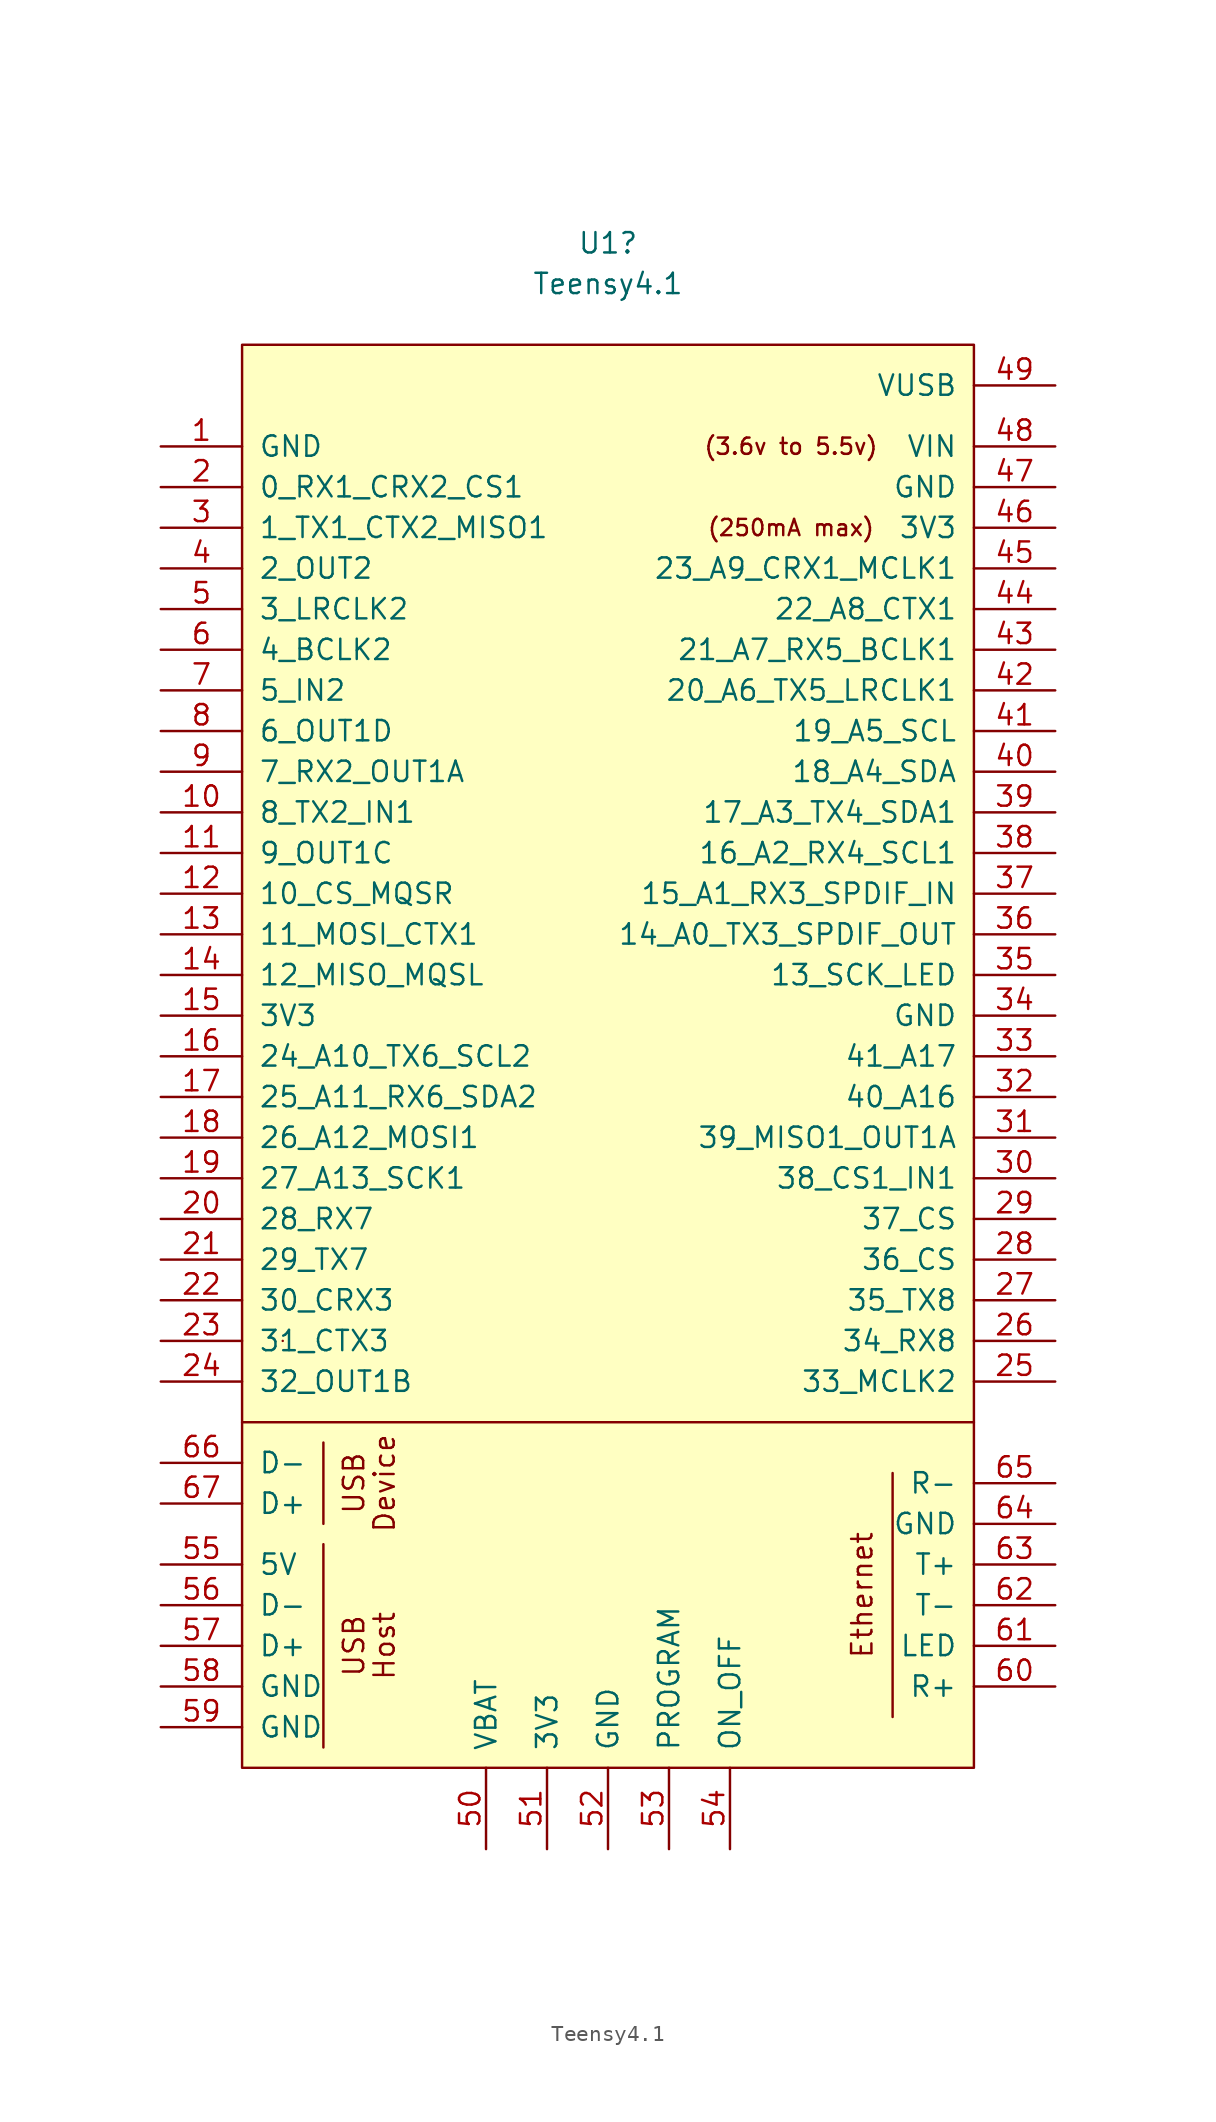
<source format=kicad_sym>
(kicad_symbol_lib
  (version 20231120)
  (generator "kicad_symbol_editor")
  (generator_version "8.0")
  (symbol "Teensy4.1"
    (pin_names
      (offset 1.016))
    (property "Reference" "U1"
      (at 0 67.31 0)
      (effects (font (size 1.27 1.27))))
    (property "Value" "Teensy4.1"
      (at 0 64.77 0)
      (effects (font (size 1.27 1.27))))
    (symbol "Teensy4.1_0_0"
      (polyline (pts (xy -22.86 -6.35) (xy 22.86 -6.35)) (stroke (width 0) (type solid)) (fill (type none)))
      (polyline (pts (xy -17.78 -26.67) (xy -17.78 -13.97)) (stroke (width 0) (type solid)) (fill (type none)))
      (polyline (pts (xy -17.78 -7.62) (xy -17.78 -12.7)) (stroke (width 0) (type solid)) (fill (type none)))
      (polyline (pts (xy 17.78 -9.525) (xy 17.78 -24.765)) (stroke (width 0) (type solid)) (fill (type none)))
      (text "(250mA max)" (at 11.43 49.53 0) (effects (font (size 1.016 1.016))))
      (text "(3.6v to 5.5v)" (at 11.43 54.61 0) (effects (font (size 1.016 1.016))))
      (text "Device" (at -13.97 -10.16 900) (effects (font (size 1.27 1.27))))
      (text "Ethernet" (at 15.875 -17.145 900) (effects (font (size 1.27 1.27))))
      (text "Host" (at -13.97 -20.32 900) (effects (font (size 1.27 1.27))))
      (text "USB" (at -15.875 -20.32 900) (effects (font (size 1.27 1.27))))
      (text "USB" (at -15.875 -10.16 900) (effects (font (size 1.27 1.27))))
      (pin bidirectional line (at -27.94 31.75 0) (length 5.08) (name "8_TX2_IN1" (effects (font (size 1.27 1.27)))) (number "10" (effects (font (size 1.27 1.27)))))
      (pin bidirectional line (at -27.94 29.21 0) (length 5.08) (name "9_OUT1C" (effects (font (size 1.27 1.27)))) (number "11" (effects (font (size 1.27 1.27)))))
      (pin bidirectional line (at -27.94 26.67 0) (length 5.08) (name "10_CS_MQSR" (effects (font (size 1.27 1.27)))) (number "12" (effects (font (size 1.27 1.27)))))
      (pin bidirectional line (at -27.94 24.13 0) (length 5.08) (name "11_MOSI_CTX1" (effects (font (size 1.27 1.27)))) (number "13" (effects (font (size 1.27 1.27)))))
      (pin bidirectional line (at -27.94 21.59 0) (length 5.08) (name "12_MISO_MQSL" (effects (font (size 1.27 1.27)))) (number "14" (effects (font (size 1.27 1.27)))))
      (pin power_in line (at -27.94 19.05 0) (length 5.08) (name "3V3" (effects (font (size 1.27 1.27)))) (number "15" (effects (font (size 1.27 1.27)))))
      (pin bidirectional line (at -27.94 16.51 0) (length 5.08) (name "24_A10_TX6_SCL2" (effects (font (size 1.27 1.27)))) (number "16" (effects (font (size 1.27 1.27)))))
      (pin bidirectional line (at -27.94 13.97 0) (length 5.08) (name "25_A11_RX6_SDA2" (effects (font (size 1.27 1.27)))) (number "17" (effects (font (size 1.27 1.27)))))
      (pin bidirectional line (at -27.94 11.43 0) (length 5.08) (name "26_A12_MOSI1" (effects (font (size 1.27 1.27)))) (number "18" (effects (font (size 1.27 1.27)))))
      (pin bidirectional line (at -27.94 8.89 0) (length 5.08) (name "27_A13_SCK1" (effects (font (size 1.27 1.27)))) (number "19" (effects (font (size 1.27 1.27)))))
      (pin bidirectional line (at -27.94 6.35 0) (length 5.08) (name "28_RX7" (effects (font (size 1.27 1.27)))) (number "20" (effects (font (size 1.27 1.27)))))
      (pin bidirectional line (at -27.94 3.81 0) (length 5.08) (name "29_TX7" (effects (font (size 1.27 1.27)))) (number "21" (effects (font (size 1.27 1.27)))))
      (pin bidirectional line (at -27.94 1.27 0) (length 5.08) (name "30_CRX3" (effects (font (size 1.27 1.27)))) (number "22" (effects (font (size 1.27 1.27)))))
      (pin bidirectional line (at -27.94 -1.27 0) (length 5.08) (name "31_CTX3" (effects (font (size 1.27 1.27)))) (number "23" (effects (font (size 1.27 1.27)))))
      (pin bidirectional line (at -27.94 -3.81 0) (length 5.08) (name "32_OUT1B" (effects (font (size 1.27 1.27)))) (number "24" (effects (font (size 1.27 1.27)))))
      (pin bidirectional line (at 27.94 -3.81 180) (length 5.08) (name "33_MCLK2" (effects (font (size 1.27 1.27)))) (number "25" (effects (font (size 1.27 1.27)))))
      (pin bidirectional line (at 27.94 -1.27 180) (length 5.08) (name "34_RX8" (effects (font (size 1.27 1.27)))) (number "26" (effects (font (size 1.27 1.27)))))
      (pin bidirectional line (at 27.94 1.27 180) (length 5.08) (name "35_TX8" (effects (font (size 1.27 1.27)))) (number "27" (effects (font (size 1.27 1.27)))))
      (pin bidirectional line (at 27.94 3.81 180) (length 5.08) (name "36_CS" (effects (font (size 1.27 1.27)))) (number "28" (effects (font (size 1.27 1.27)))))
      (pin bidirectional line (at 27.94 6.35 180) (length 5.08) (name "37_CS" (effects (font (size 1.27 1.27)))) (number "29" (effects (font (size 1.27 1.27)))))
      (pin bidirectional line (at 27.94 8.89 180) (length 5.08) (name "38_CS1_IN1" (effects (font (size 1.27 1.27)))) (number "30" (effects (font (size 1.27 1.27)))))
      (pin bidirectional line (at 27.94 11.43 180) (length 5.08) (name "39_MISO1_OUT1A" (effects (font (size 1.27 1.27)))) (number "31" (effects (font (size 1.27 1.27)))))
      (pin bidirectional line (at 27.94 13.97 180) (length 5.08) (name "40_A16" (effects (font (size 1.27 1.27)))) (number "32" (effects (font (size 1.27 1.27)))))
      (pin bidirectional line (at 27.94 16.51 180) (length 5.08) (name "41_A17" (effects (font (size 1.27 1.27)))) (number "33" (effects (font (size 1.27 1.27)))))
      (pin bidirectional line (at 27.94 21.59 180) (length 5.08) (name "13_SCK_LED" (effects (font (size 1.27 1.27)))) (number "35" (effects (font (size 1.27 1.27)))))
      (pin bidirectional line (at 27.94 24.13 180) (length 5.08) (name "14_A0_TX3_SPDIF_OUT" (effects (font (size 1.27 1.27)))) (number "36" (effects (font (size 1.27 1.27)))))
      (pin bidirectional line (at 27.94 26.67 180) (length 5.08) (name "15_A1_RX3_SPDIF_IN" (effects (font (size 1.27 1.27)))) (number "37" (effects (font (size 1.27 1.27)))))
      (pin bidirectional line (at 27.94 29.21 180) (length 5.08) (name "16_A2_RX4_SCL1" (effects (font (size 1.27 1.27)))) (number "38" (effects (font (size 1.27 1.27)))))
      (pin bidirectional line (at 27.94 31.75 180) (length 5.08) (name "17_A3_TX4_SDA1" (effects (font (size 1.27 1.27)))) (number "39" (effects (font (size 1.27 1.27)))))
      (pin bidirectional line (at 27.94 34.29 180) (length 5.08) (name "18_A4_SDA" (effects (font (size 1.27 1.27)))) (number "40" (effects (font (size 1.27 1.27)))))
      (pin bidirectional line (at 27.94 36.83 180) (length 5.08) (name "19_A5_SCL" (effects (font (size 1.27 1.27)))) (number "41" (effects (font (size 1.27 1.27)))))
      (pin bidirectional line (at 27.94 39.37 180) (length 5.08) (name "20_A6_TX5_LRCLK1" (effects (font (size 1.27 1.27)))) (number "42" (effects (font (size 1.27 1.27)))))
      (pin bidirectional line (at 27.94 41.91 180) (length 5.08) (name "21_A7_RX5_BCLK1" (effects (font (size 1.27 1.27)))) (number "43" (effects (font (size 1.27 1.27)))))
      (pin bidirectional line (at 27.94 44.45 180) (length 5.08) (name "22_A8_CTX1" (effects (font (size 1.27 1.27)))) (number "44" (effects (font (size 1.27 1.27)))))
      (pin bidirectional line (at 27.94 46.99 180) (length 5.08) (name "23_A9_CRX1_MCLK1" (effects (font (size 1.27 1.27)))) (number "45" (effects (font (size 1.27 1.27)))))
      (pin output line (at 27.94 49.53 180) (length 5.08) (name "3V3" (effects (font (size 1.27 1.27)))) (number "46" (effects (font (size 1.27 1.27)))))
      (pin output line (at 27.94 52.07 180) (length 5.08) (name "GND" (effects (font (size 1.27 1.27)))) (number "47" (effects (font (size 1.27 1.27)))))
      (pin power_in line (at 27.94 54.61 180) (length 5.08) (name "VIN" (effects (font (size 1.27 1.27)))) (number "48" (effects (font (size 1.27 1.27)))))
      (pin power_out line (at 27.94 58.42 180) (length 5.08) (name "VUSB" (effects (font (size 1.27 1.27)))) (number "49" (effects (font (size 1.27 1.27)))))
      (pin bidirectional line (at -27.94 44.45 0) (length 5.08) (name "3_LRCLK2" (effects (font (size 1.27 1.27)))) (number "5" (effects (font (size 1.27 1.27)))))
      (pin power_in line (at -7.62 -33.02 90) (length 5.08) (name "VBAT" (effects (font (size 1.27 1.27)))) (number "50" (effects (font (size 1.27 1.27)))))
      (pin power_in line (at -3.81 -33.02 90) (length 5.08) (name "3V3" (effects (font (size 1.27 1.27)))) (number "51" (effects (font (size 1.27 1.27)))))
      (pin input line (at 0 -33.02 90) (length 5.08) (name "GND" (effects (font (size 1.27 1.27)))) (number "52" (effects (font (size 1.27 1.27)))))
      (pin input line (at 3.81 -33.02 90) (length 5.08) (name "PROGRAM" (effects (font (size 1.27 1.27)))) (number "53" (effects (font (size 1.27 1.27)))))
      (pin input line (at 7.62 -33.02 90) (length 5.08) (name "ON_OFF" (effects (font (size 1.27 1.27)))) (number "54" (effects (font (size 1.27 1.27)))))
      (pin power_out line (at -27.94 -15.24 0) (length 5.08) (name "5V" (effects (font (size 1.27 1.27)))) (number "55" (effects (font (size 1.27 1.27)))))
      (pin bidirectional line (at -27.94 -17.78 0) (length 5.08) (name "D-" (effects (font (size 1.27 1.27)))) (number "56" (effects (font (size 1.27 1.27)))))
      (pin bidirectional line (at -27.94 -20.32 0) (length 5.08) (name "D+" (effects (font (size 1.27 1.27)))) (number "57" (effects (font (size 1.27 1.27)))))
      (pin power_in line (at -27.94 -22.86 0) (length 5.08) (name "GND" (effects (font (size 1.27 1.27)))) (number "58" (effects (font (size 1.27 1.27)))))
      (pin power_in line (at -27.94 -25.4 0) (length 5.08) (name "GND" (effects (font (size 1.27 1.27)))) (number "59" (effects (font (size 1.27 1.27)))))
      (pin bidirectional line (at -27.94 41.91 0) (length 5.08) (name "4_BCLK2" (effects (font (size 1.27 1.27)))) (number "6" (effects (font (size 1.27 1.27)))))
      (pin bidirectional line (at 27.94 -22.86 180) (length 5.08) (name "R+" (effects (font (size 1.27 1.27)))) (number "60" (effects (font (size 1.27 1.27)))))
      (pin bidirectional line (at 27.94 -20.32 180) (length 5.08) (name "LED" (effects (font (size 1.27 1.27)))) (number "61" (effects (font (size 1.27 1.27)))))
      (pin bidirectional line (at 27.94 -17.78 180) (length 5.08) (name "T-" (effects (font (size 1.27 1.27)))) (number "62" (effects (font (size 1.27 1.27)))))
      (pin bidirectional line (at 27.94 -15.24 180) (length 5.08) (name "T+" (effects (font (size 1.27 1.27)))) (number "63" (effects (font (size 1.27 1.27)))))
      (pin power_in line (at 27.94 -12.7 180) (length 5.08) (name "GND" (effects (font (size 1.27 1.27)))) (number "64" (effects (font (size 1.27 1.27)))))
      (pin bidirectional line (at 27.94 -10.16 180) (length 5.08) (name "R-" (effects (font (size 1.27 1.27)))) (number "65" (effects (font (size 1.27 1.27)))))
      (pin bidirectional line (at -27.94 -8.89 0) (length 5.08) (name "D-" (effects (font (size 1.27 1.27)))) (number "66" (effects (font (size 1.27 1.27)))))
      (pin bidirectional line (at -27.94 -11.43 0) (length 5.08) (name "D+" (effects (font (size 1.27 1.27)))) (number "67" (effects (font (size 1.27 1.27)))))
      (pin bidirectional line (at -27.94 39.37 0) (length 5.08) (name "5_IN2" (effects (font (size 1.27 1.27)))) (number "7" (effects (font (size 1.27 1.27)))))
      (pin bidirectional line (at -27.94 36.83 0) (length 5.08) (name "6_OUT1D" (effects (font (size 1.27 1.27)))) (number "8" (effects (font (size 1.27 1.27)))))
      (pin bidirectional line (at -27.94 34.29 0) (length 5.08) (name "7_RX2_OUT1A" (effects (font (size 1.27 1.27)))) (number "9" (effects (font (size 1.27 1.27))))))
    (symbol "Teensy4.1_0_1"
      (rectangle (start -20.32 -1.27) (end -20.32 -1.27) (stroke (width 0) (type solid)) (fill (type none))))
    (symbol "Teensy4.1_1_1"
      (rectangle (start -22.86 60.96) (end 22.86 -27.94) (stroke (width 0) (type solid)) (fill (type background)))
      (pin power_in line (at -27.94 54.61 0) (length 5.08) (name "GND" (effects (font (size 1.27 1.27)))) (number "1" (effects (font (size 1.27 1.27)))))
      (pin bidirectional line (at -27.94 52.07 0) (length 5.08) (name "0_RX1_CRX2_CS1" (effects (font (size 1.27 1.27)))) (number "2" (effects (font (size 1.27 1.27)))))
      (pin bidirectional line (at -27.94 49.53 0) (length 5.08) (name "1_TX1_CTX2_MISO1" (effects (font (size 1.27 1.27)))) (number "3" (effects (font (size 1.27 1.27)))))
      (pin power_in line (at 27.94 19.05 180) (length 5.08) (name "GND" (effects (font (size 1.27 1.27)))) (number "34" (effects (font (size 1.27 1.27)))))
      (pin bidirectional line (at -27.94 46.99 0) (length 5.08) (name "2_OUT2" (effects (font (size 1.27 1.27)))) (number "4" (effects (font (size 1.27 1.27))))))))
</source>
